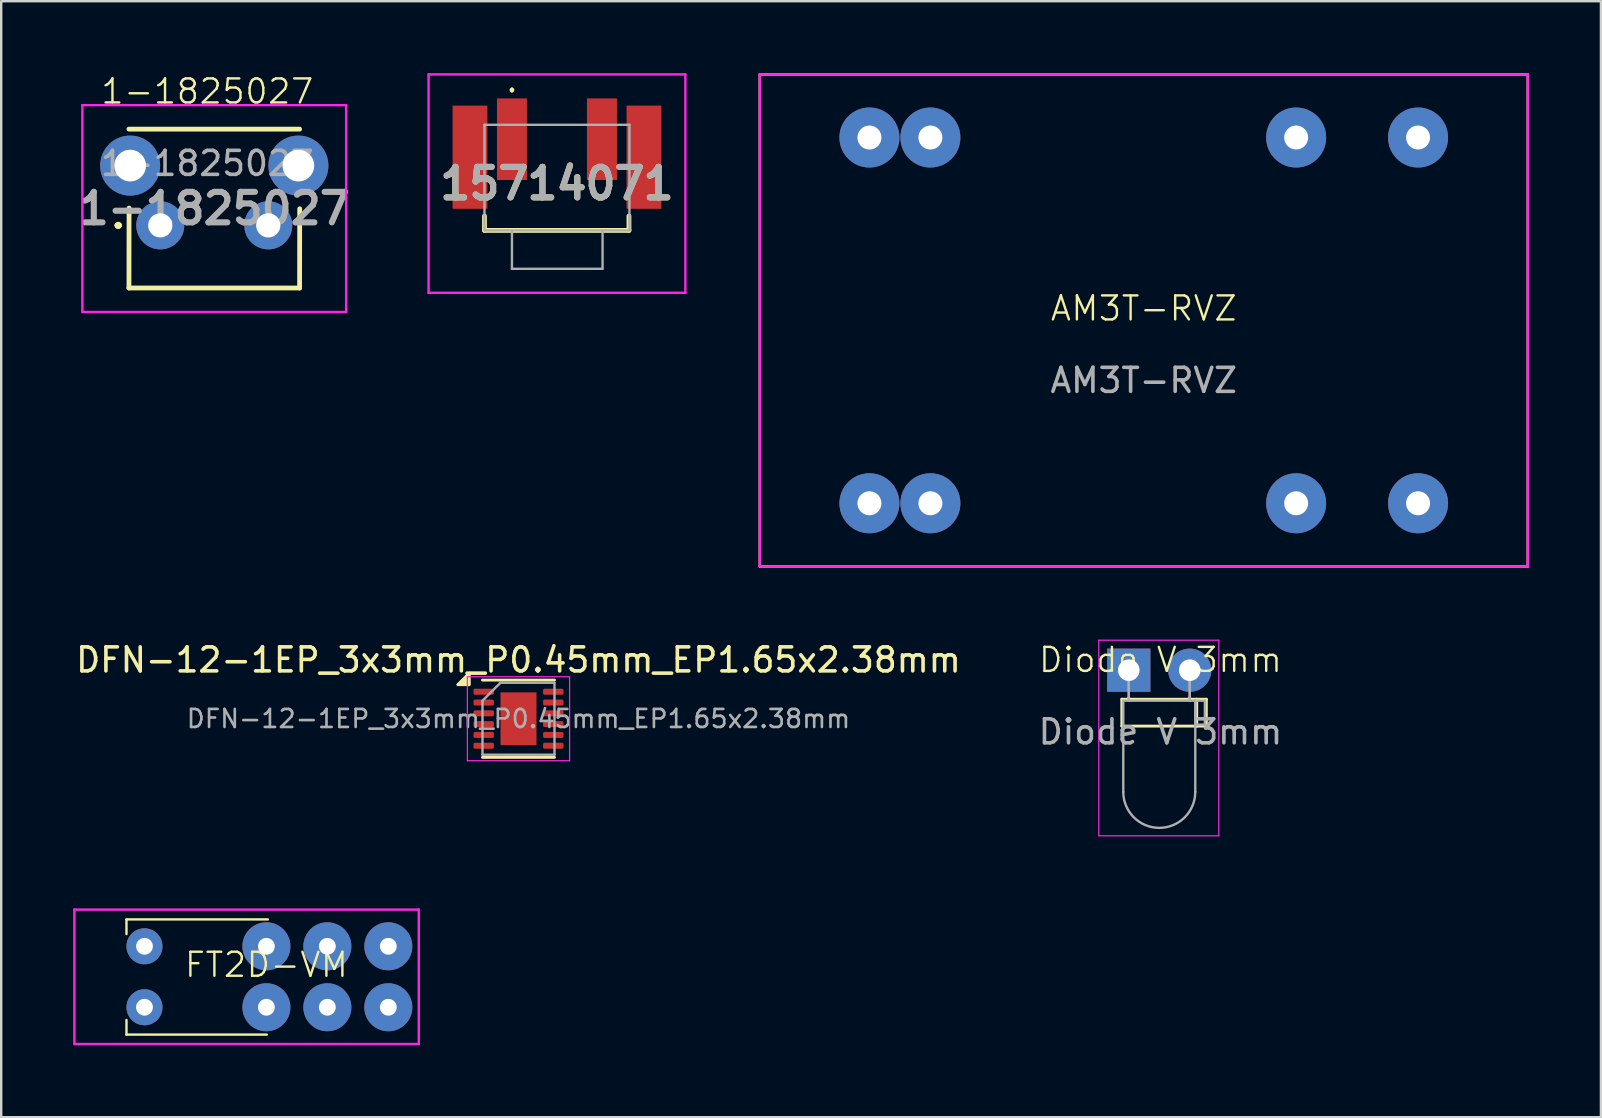
<source format=kicad_pcb>
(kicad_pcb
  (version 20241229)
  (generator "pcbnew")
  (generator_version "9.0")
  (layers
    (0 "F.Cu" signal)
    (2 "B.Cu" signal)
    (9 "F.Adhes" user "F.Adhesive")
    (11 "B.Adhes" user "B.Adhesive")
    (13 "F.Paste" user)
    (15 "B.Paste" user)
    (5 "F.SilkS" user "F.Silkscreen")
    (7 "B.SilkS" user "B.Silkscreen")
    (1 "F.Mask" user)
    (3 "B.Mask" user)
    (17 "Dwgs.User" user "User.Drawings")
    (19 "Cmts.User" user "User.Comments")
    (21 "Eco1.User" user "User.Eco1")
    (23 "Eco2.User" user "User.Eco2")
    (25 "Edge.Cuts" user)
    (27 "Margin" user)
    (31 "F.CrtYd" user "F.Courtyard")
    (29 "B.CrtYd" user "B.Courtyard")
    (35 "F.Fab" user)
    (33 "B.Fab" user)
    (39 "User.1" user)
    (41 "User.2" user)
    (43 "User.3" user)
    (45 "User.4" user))
  (footprint "AM3T-RVZ"
    (layer "F.Cu")
    (at 44.607 10.3)
    (property "Reference" "AM3T-RVZ" (at 0 -0.5 0) (unlocked yes) (layer "F.SilkS") (effects (font (size 1 1) (thickness 0.1))))
    (attr smd)
    (fp_line (start -16 -10.25) (end -16 10.25) (stroke (width 0.1) (type default)) (layer "F.SilkS"))
    (fp_line (start -16 -10.25) (end 16 -10.25) (stroke (width 0.1) (type default)) (layer "F.SilkS"))
    (fp_line (start -16 10.25) (end 16 10.25) (stroke (width 0.1) (type default)) (layer "F.SilkS"))
    (fp_line (start 16 -10.25) (end 16 10.25) (stroke (width 0.1) (type default)) (layer "F.SilkS"))
    (fp_line (start -16 -10.25) (end -16 10.25) (stroke (width 0.1) (type default)) (layer "F.CrtYd"))
    (fp_line (start -16 -10.25) (end 16 -10.25) (stroke (width 0.1) (type default)) (layer "F.CrtYd"))
    (fp_line (start -16 10.25) (end 16 10.25) (stroke (width 0.1) (type default)) (layer "F.CrtYd"))
    (fp_line (start 16 -10.25) (end 16 10.25) (stroke (width 0.1) (type default)) (layer "F.CrtYd"))
    (fp_text user "${REFERENCE}" (at 0 2.5 0) (unlocked yes) (layer "F.Fab") (effects (font (size 1 1) (thickness 0.15))))
    (pad "2" thru_hole circle (at -11.43 7.62) (size 2.5 2.5) (drill 1) (layers "*.Cu" "*.Mask"))
    (pad "3" thru_hole circle (at -8.89 7.62) (size 2.5 2.5) (drill 1) (layers "*.Cu" "*.Mask"))
    (pad "9" thru_hole circle (at 6.35 7.62) (size 2.5 2.5) (drill 1) (layers "*.Cu" "*.Mask"))
    (pad "11" thru_hole circle (at 11.43 7.62) (size 2.5 2.5) (drill 1) (layers "*.Cu" "*.Mask"))
    (pad "14" thru_hole circle (at 11.43 -7.62) (size 2.5 2.5) (drill 1) (layers "*.Cu" "*.Mask"))
    (pad "16" thru_hole circle (at 6.35 -7.62) (size 2.5 2.5) (drill 1) (layers "*.Cu" "*.Mask"))
    (pad "22" thru_hole circle (at -8.89 -7.62) (size 2.5 2.5) (drill 1) (layers "*.Cu" "*.Mask"))
    (pad "23" thru_hole circle (at -11.43 -7.62) (size 2.5 2.5) (drill 1) (layers "*.Cu" "*.Mask")))
  (footprint "DFN-12-1EP_3x3mm_P0.45mm_EP1.65x2.38mm"
    (layer "F.Cu")
    (at 18.554 26.898)
    (property "Reference" "DFN-12-1EP_3x3mm_P0.45mm_EP1.65x2.38mm" (at 0 -2.45 0) (layer "F.SilkS") (effects (font (size 1 1) (thickness 0.15))))
    (attr smd)
    (fp_line (start -1.5 -1.61) (end 1.5 -1.61) (stroke (width 0.12) (type solid)) (layer "F.SilkS"))
    (fp_line (start -1.5 1.61) (end 1.5 1.61) (stroke (width 0.12) (type solid)) (layer "F.SilkS"))
    (fp_poly (pts (xy -2.05 -1.42) (xy -2.53 -1.42) (xy -2.05 -1.9) (xy -2.05 -1.42)) (stroke (width 0.12) (type solid)) (fill yes) (layer "F.SilkS"))
    (fp_line (start -2.13 -1.75) (end -2.13 1.75) (stroke (width 0.05) (type solid)) (layer "F.CrtYd"))
    (fp_line (start -2.13 1.75) (end 2.13 1.75) (stroke (width 0.05) (type solid)) (layer "F.CrtYd"))
    (fp_line (start 2.13 -1.75) (end -2.13 -1.75) (stroke (width 0.05) (type solid)) (layer "F.CrtYd"))
    (fp_line (start 2.13 1.75) (end 2.13 -1.75) (stroke (width 0.05) (type solid)) (layer "F.CrtYd"))
    (fp_line (start -1.5 -0.75) (end -0.75 -1.5) (stroke (width 0.1) (type solid)) (layer "F.Fab"))
    (fp_line (start -1.5 1.5) (end -1.5 -0.75) (stroke (width 0.1) (type solid)) (layer "F.Fab"))
    (fp_line (start -0.75 -1.5) (end 1.5 -1.5) (stroke (width 0.1) (type solid)) (layer "F.Fab"))
    (fp_line (start 1.5 -1.5) (end 1.5 1.5) (stroke (width 0.1) (type solid)) (layer "F.Fab"))
    (fp_line (start 1.5 1.5) (end -1.5 1.5) (stroke (width 0.1) (type solid)) (layer "F.Fab"))
    (fp_text user "${REFERENCE}" (at 0 0 0) (layer "F.Fab") (effects (font (size 0.75 0.75) (thickness 0.11))))
    (pad "1" smd roundrect (at -1.45 -1.125) (size 0.85 0.25) (layers "F.Cu" "F.Mask" "F.Paste") (roundrect_rratio 0.25))
    (pad "2" smd roundrect (at -1.45 -0.675) (size 0.85 0.25) (layers "F.Cu" "F.Mask" "F.Paste") (roundrect_rratio 0.25))
    (pad "3" smd roundrect (at -1.45 -0.225) (size 0.85 0.25) (layers "F.Cu" "F.Mask" "F.Paste") (roundrect_rratio 0.25))
    (pad "4" smd roundrect (at -1.45 0.225) (size 0.85 0.25) (layers "F.Cu" "F.Mask" "F.Paste") (roundrect_rratio 0.25))
    (pad "5" smd roundrect (at -1.45 0.675) (size 0.85 0.25) (layers "F.Cu" "F.Mask" "F.Paste") (roundrect_rratio 0.25))
    (pad "6" smd roundrect (at -1.45 1.125) (size 0.85 0.25) (layers "F.Cu" "F.Mask" "F.Paste") (roundrect_rratio 0.25))
    (pad "7" smd roundrect (at 1.45 1.125) (size 0.85 0.25) (layers "F.Cu" "F.Mask" "F.Paste") (roundrect_rratio 0.25))
    (pad "8" smd roundrect (at 1.45 0.675) (size 0.85 0.25) (layers "F.Cu" "F.Mask" "F.Paste") (roundrect_rratio 0.25))
    (pad "9" smd roundrect (at 1.45 0.225) (size 0.85 0.25) (layers "F.Cu" "F.Mask" "F.Paste") (roundrect_rratio 0.25))
    (pad "10" smd roundrect (at 1.45 -0.225) (size 0.85 0.25) (layers "F.Cu" "F.Mask" "F.Paste") (roundrect_rratio 0.25))
    (pad "11" smd roundrect (at 1.45 -0.675) (size 0.85 0.25) (layers "F.Cu" "F.Mask" "F.Paste") (roundrect_rratio 0.25))
    (pad "12" smd roundrect (at 1.45 -1.125) (size 0.85 0.25) (layers "F.Cu" "F.Mask" "F.Paste") (roundrect_rratio 0.25))
    (pad "13" smd rect (at 0 0) (size 1.5 2.2) (property pad_prop_heatsink) (layers "F.Cu" "F.Mask")))
  (footprint "FT2D-VM"
    (layer "F.Cu")
    (at 8.05 37.65)
    (property "Reference" "FT2D-VM" (at 0 -0.5 0) (unlocked yes) (layer "F.SilkS") (effects (font (size 1 1) (thickness 0.1))))
    (attr smd)
    (fp_line (start -5.83 -2.39) (end -5.83 -1.78) (stroke (width 0.1) (type default)) (layer "F.SilkS"))
    (fp_line (start -5.83 -2.39) (end 0.06 -2.39) (stroke (width 0.1) (type default)) (layer "F.SilkS"))
    (fp_line (start -5.83 1.8) (end -5.83 2.41) (stroke (width 0.1) (type default)) (layer "F.SilkS"))
    (fp_line (start -5.83 2.41) (end 0.02 2.41) (stroke (width 0.1) (type default)) (layer "F.SilkS"))
    (fp_line (start -8 -2.8) (end -8 2.8) (stroke (width 0.1) (type default)) (layer "F.CrtYd"))
    (fp_line (start -8 -2.8) (end 6.35 -2.8) (stroke (width 0.1) (type default)) (layer "F.CrtYd"))
    (fp_line (start -8 2.8) (end 6.35 2.8) (stroke (width 0.1) (type default)) (layer "F.CrtYd"))
    (fp_line (start 6.35 -2.8) (end 6.35 2.8) (stroke (width 0.1) (type default)) (layer "F.CrtYd"))
    (pad "1" thru_hole circle (at 0 1.27) (size 2 2) (drill 0.7) (layers "*.Cu" "*.Mask"))
    (pad "2" thru_hole circle (at 2.54 1.27) (size 2 2) (drill 0.7) (layers "*.Cu" "*.Mask"))
    (pad "3" thru_hole circle (at 5.08 1.27) (size 2 2) (drill 0.7) (layers "*.Cu" "*.Mask"))
    (pad "4" thru_hole circle (at 0 -1.27) (size 2 2) (drill 0.7) (layers "*.Cu" "*.Mask"))
    (pad "5" thru_hole circle (at 2.54 -1.27) (size 2 2) (drill 0.7) (layers "*.Cu" "*.Mask"))
    (pad "6" thru_hole circle (at 5.08 -1.27) (size 2 2) (drill 0.7) (layers "*.Cu" "*.Mask"))
    (pad "7" thru_hole circle (at -5.08 1.27) (size 1.5 1.5) (drill 0.7) (layers "*.Cu" "*.Mask"))
    (pad "8" thru_hole circle (at -5.08 -1.27) (size 1.5 1.5) (drill 0.7) (layers "*.Cu" "*.Mask")))
  (footprint "Diode V 3mm"
    (layer "F.Cu")
    (at 45.304 24.945)
    (property "Reference" "Diode V 3mm" (at 0 -0.5 0) (unlocked yes) (layer "F.SilkS") (effects (font (size 1 1) (thickness 0.1))))
    (attr smd)
    (fp_line (start -1.61 1.14) (end 1.51 1.14) (stroke (width 0.12) (type solid)) (layer "F.SilkS"))
    (fp_line (start -1.61 2.26) (end -1.61 1.14) (stroke (width 0.12) (type solid)) (layer "F.SilkS"))
    (fp_line (start -1.61 2.26) (end 1.51 2.26) (stroke (width 0.12) (type solid)) (layer "F.SilkS"))
    (fp_line (start -1.32 1.075) (end -1.32 1.14) (stroke (width 0.12) (type solid)) (layer "F.SilkS"))
    (fp_line (start -1.32 1.14) (end -1.32 1.14) (stroke (width 0.12) (type solid)) (layer "F.SilkS"))
    (fp_line (start 1.22 1.14) (end 1.22 1.075) (stroke (width 0.12) (type solid)) (layer "F.SilkS"))
    (fp_line (start 1.22 1.14) (end 1.22 1.14) (stroke (width 0.12) (type solid)) (layer "F.SilkS"))
    (fp_line (start 1.51 1.14) (end 1.91 1.14) (stroke (width 0.12) (type solid)) (layer "F.SilkS"))
    (fp_line (start 1.51 2.26) (end 1.51 1.14) (stroke (width 0.12) (type solid)) (layer "F.SilkS"))
    (fp_line (start 1.91 1.14) (end 1.91 2.26) (stroke (width 0.12) (type solid)) (layer "F.SilkS"))
    (fp_line (start 1.91 2.26) (end 1.51 2.26) (stroke (width 0.12) (type solid)) (layer "F.SilkS"))
    (fp_line (start -2.57 -1.32) (end -2.57 6.83) (stroke (width 0.05) (type solid)) (layer "F.CrtYd"))
    (fp_line (start -2.57 6.83) (end 2.43 6.83) (stroke (width 0.05) (type solid)) (layer "F.CrtYd"))
    (fp_line (start 2.43 -1.32) (end -2.57 -1.32) (stroke (width 0.05) (type solid)) (layer "F.CrtYd"))
    (fp_line (start 2.43 6.83) (end 2.43 -1.32) (stroke (width 0.05) (type solid)) (layer "F.CrtYd"))
    (fp_line (start -1.55 1.2) (end -1.55 5) (stroke (width 0.1) (type solid)) (layer "F.Fab"))
    (fp_line (start -1.55 1.2) (end 1.45 1.2) (stroke (width 0.1) (type solid)) (layer "F.Fab"))
    (fp_line (start -1.32 -0.07) (end -1.32 -0.07) (stroke (width 0.1) (type solid)) (layer "F.Fab"))
    (fp_line (start -1.32 -0.07) (end -1.32 1.2) (stroke (width 0.1) (type solid)) (layer "F.Fab"))
    (fp_line (start -1.32 1.2) (end -1.32 -0.07) (stroke (width 0.1) (type solid)) (layer "F.Fab"))
    (fp_line (start -1.32 1.2) (end -1.32 1.2) (stroke (width 0.1) (type solid)) (layer "F.Fab"))
    (fp_line (start 1.22 -0.07) (end 1.22 -0.07) (stroke (width 0.1) (type solid)) (layer "F.Fab"))
    (fp_line (start 1.22 -0.07) (end 1.22 1.2) (stroke (width 0.1) (type solid)) (layer "F.Fab"))
    (fp_line (start 1.22 1.2) (end 1.22 -0.07) (stroke (width 0.1) (type solid)) (layer "F.Fab"))
    (fp_line (start 1.22 1.2) (end 1.22 1.2) (stroke (width 0.1) (type solid)) (layer "F.Fab"))
    (fp_line (start 1.45 1.2) (end 1.45 5) (stroke (width 0.1) (type solid)) (layer "F.Fab"))
    (fp_line (start 1.45 1.2) (end 1.85 1.2) (stroke (width 0.1) (type solid)) (layer "F.Fab"))
    (fp_line (start 1.45 2.2) (end 1.45 1.2) (stroke (width 0.1) (type solid)) (layer "F.Fab"))
    (fp_line (start 1.85 1.2) (end 1.85 2.2) (stroke (width 0.1) (type solid)) (layer "F.Fab"))
    (fp_line (start 1.85 2.2) (end 1.45 2.2) (stroke (width 0.1) (type solid)) (layer "F.Fab"))
    (fp_arc (start 1.45 5) (mid -0.05 6.5) (end -1.55 5) (stroke (width 0.1) (type solid)) (layer "F.Fab"))
    (fp_text user "${REFERENCE}" (at 0 2.5 0) (unlocked yes) (layer "F.Fab") (effects (font (size 1 1) (thickness 0.15))))
    (pad "1" thru_hole rect (at -1.32 -0.07) (size 1.8 1.8) (drill 0.9) (layers "*.Cu" "*.Mask"))
    (pad "2" thru_hole circle (at 1.22 -0.07) (size 1.8 1.8) (drill 0.9) (layers "*.Cu" "*.Mask")))
  (footprint "15714071"
    (layer "F.Cu")
    (at 20.157 4.35)
    (property "Reference" "15714071" (at 0 0.25 0) (layer "F.SilkS") (effects (font (size 1.27 1.27) (thickness 0.254))))
    (attr smd)
    (fp_line (start -3.02 1.6) (end -3.02 2.2) (stroke (width 0.2) (type solid)) (layer "F.SilkS"))
    (fp_line (start -3.02 2.2) (end 3 2.2) (stroke (width 0.2) (type solid)) (layer "F.SilkS"))
    (fp_line (start -1.875 -3.7) (end -1.875 -3.7) (stroke (width 0.1) (type solid)) (layer "F.SilkS"))
    (fp_line (start -1.875 -3.6) (end -1.875 -3.6) (stroke (width 0.1) (type solid)) (layer "F.SilkS"))
    (fp_line (start 1.9 2.2) (end 1.9 2.2) (stroke (width 0.2) (type solid)) (layer "F.SilkS"))
    (fp_line (start 3 2.2) (end 3 1.6) (stroke (width 0.2) (type solid)) (layer "F.SilkS"))
    (fp_arc (start -1.875 -3.7) (mid -1.825 -3.65) (end -1.875 -3.6) (stroke (width 0.1) (type solid)) (layer "F.SilkS"))
    (fp_arc (start -1.875 -3.6) (mid -1.925 -3.65) (end -1.875 -3.7) (stroke (width 0.1) (type solid)) (layer "F.SilkS"))
    (fp_line (start -5.35 -4.3) (end 5.35 -4.3) (stroke (width 0.1) (type solid)) (layer "F.CrtYd"))
    (fp_line (start -5.35 4.8) (end -5.35 -4.3) (stroke (width 0.1) (type solid)) (layer "F.CrtYd"))
    (fp_line (start 5.35 -4.3) (end 5.35 4.8) (stroke (width 0.1) (type solid)) (layer "F.CrtYd"))
    (fp_line (start 5.35 4.8) (end -5.35 4.8) (stroke (width 0.1) (type solid)) (layer "F.CrtYd"))
    (fp_line (start -3.02 -2.2) (end 3.02 -2.2) (stroke (width 0.1) (type solid)) (layer "F.Fab"))
    (fp_line (start -3.02 2.2) (end -3.02 -2.2) (stroke (width 0.1) (type solid)) (layer "F.Fab"))
    (fp_line (start -1.875 2.2) (end -1.875 3.8) (stroke (width 0.1) (type solid)) (layer "F.Fab"))
    (fp_line (start -1.875 3.8) (end 1.9 3.8) (stroke (width 0.1) (type solid)) (layer "F.Fab"))
    (fp_line (start 1.9 3.8) (end 1.9 2.2) (stroke (width 0.1) (type solid)) (layer "F.Fab"))
    (fp_line (start 3.02 -2.2) (end 3.02 2.2) (stroke (width 0.1) (type solid)) (layer "F.Fab"))
    (fp_line (start 3.02 2.2) (end -3.02 2.2) (stroke (width 0.1) (type solid)) (layer "F.Fab"))
    (fp_text user "${REFERENCE}" (at 0 0.25 0) (layer "F.Fab") (effects (font (size 1.27 1.27) (thickness 0.254))))
    (pad "1" smd rect (at -1.875 -1.6) (size 1.25 3.4) (layers "F.Cu" "F.Mask" "F.Paste"))
    (pad "2" smd rect (at 1.875 -1.6) (size 1.25 3.4) (layers "F.Cu" "F.Mask" "F.Paste"))
    (pad "MP1" smd rect (at -3.625 -0.85) (size 1.45 4.3) (layers "F.Cu" "F.Mask" "F.Paste"))
    (pad "MP2" smd rect (at 3.625 -0.85) (size 1.45 4.3) (layers "F.Cu" "F.Mask" "F.Paste")))
  (footprint "1-1825027"
    (layer "F.Cu")
    (at 5.588 1.26)
    (property "Reference" "1-1825027" (at 0 -0.5 0) (unlocked yes) (layer "F.SilkS") (effects (font (size 1 1) (thickness 0.1))))
    (attr smd)
    (fp_line (start -3.76 5.08) (end -3.76 5.08) (stroke (width 0.2) (type solid)) (layer "F.SilkS"))
    (fp_line (start -3.76 5.08) (end -3.76 5.08) (stroke (width 0.2) (type solid)) (layer "F.SilkS"))
    (fp_line (start -3.66 5.08) (end -3.66 5.08) (stroke (width 0.2) (type solid)) (layer "F.SilkS"))
    (fp_line (start -3.265 7.69) (end 3.845 7.69) (stroke (width 0.2) (type solid)) (layer "F.SilkS"))
    (fp_line (start -3.26 4.36) (end -3.265 7.69) (stroke (width 0.2) (type solid)) (layer "F.SilkS"))
    (fp_line (start 3.845 1.07) (end -3.265 1.07) (stroke (width 0.2) (type solid)) (layer "F.SilkS"))
    (fp_line (start 3.85 4.39) (end 3.845 7.69) (stroke (width 0.2) (type solid)) (layer "F.SilkS"))
    (fp_arc (start -3.76 5.08) (mid -3.71 5.03) (end -3.66 5.08) (stroke (width 0.2) (type solid)) (layer "F.SilkS"))
    (fp_arc (start -3.66 5.08) (mid -3.71 5.13) (end -3.76 5.08) (stroke (width 0.2) (type solid)) (layer "F.SilkS"))
    (fp_arc (start -3.66 5.08) (mid -3.71 5.13) (end -3.76 5.08) (stroke (width 0.2) (type solid)) (layer "F.SilkS"))
    (fp_line (start -5.205 0.07) (end 5.785 0.07) (stroke (width 0.1) (type solid)) (layer "F.CrtYd"))
    (fp_line (start -5.205 8.69) (end -5.205 0.07) (stroke (width 0.1) (type solid)) (layer "F.CrtYd"))
    (fp_line (start 5.785 0.07) (end 5.785 8.69) (stroke (width 0.1) (type solid)) (layer "F.CrtYd"))
    (fp_line (start 5.785 8.69) (end -5.205 8.69) (stroke (width 0.1) (type solid)) (layer "F.CrtYd"))
    (fp_text user "${REFERENCE}" (at 0 2.5 0) (unlocked yes) (layer "F.Fab") (effects (font (size 1 1) (thickness 0.15))))
    (fp_text user "${REFERENCE}" (at 0.29 4.38 0) (layer "F.Fab") (effects (font (size 1.27 1.27) (thickness 0.254))))
    (pad "1" thru_hole circle (at -1.96 5.08) (size 2 2) (drill 1.01) (layers "*.Cu" "*.Mask"))
    (pad "2" thru_hole circle (at 2.54 5.08) (size 2 2) (drill 1.01) (layers "*.Cu" "*.Mask"))
    (pad "MH1" thru_hole circle (at -3.215 2.59) (size 2.5 2.5) (drill 1.32) (layers "*.Cu" "*.Mask"))
    (pad "MH2" thru_hole circle (at 3.795 2.59) (size 2.5 2.5) (drill 1.32) (layers "*.Cu" "*.Mask")))
  (gr_rect
    (start -3 -3)
    (end 63.657 43.5)
    (stroke (width 0.1) (type default))
    (fill no)
    (layer "Edge.Cuts")))
</source>
